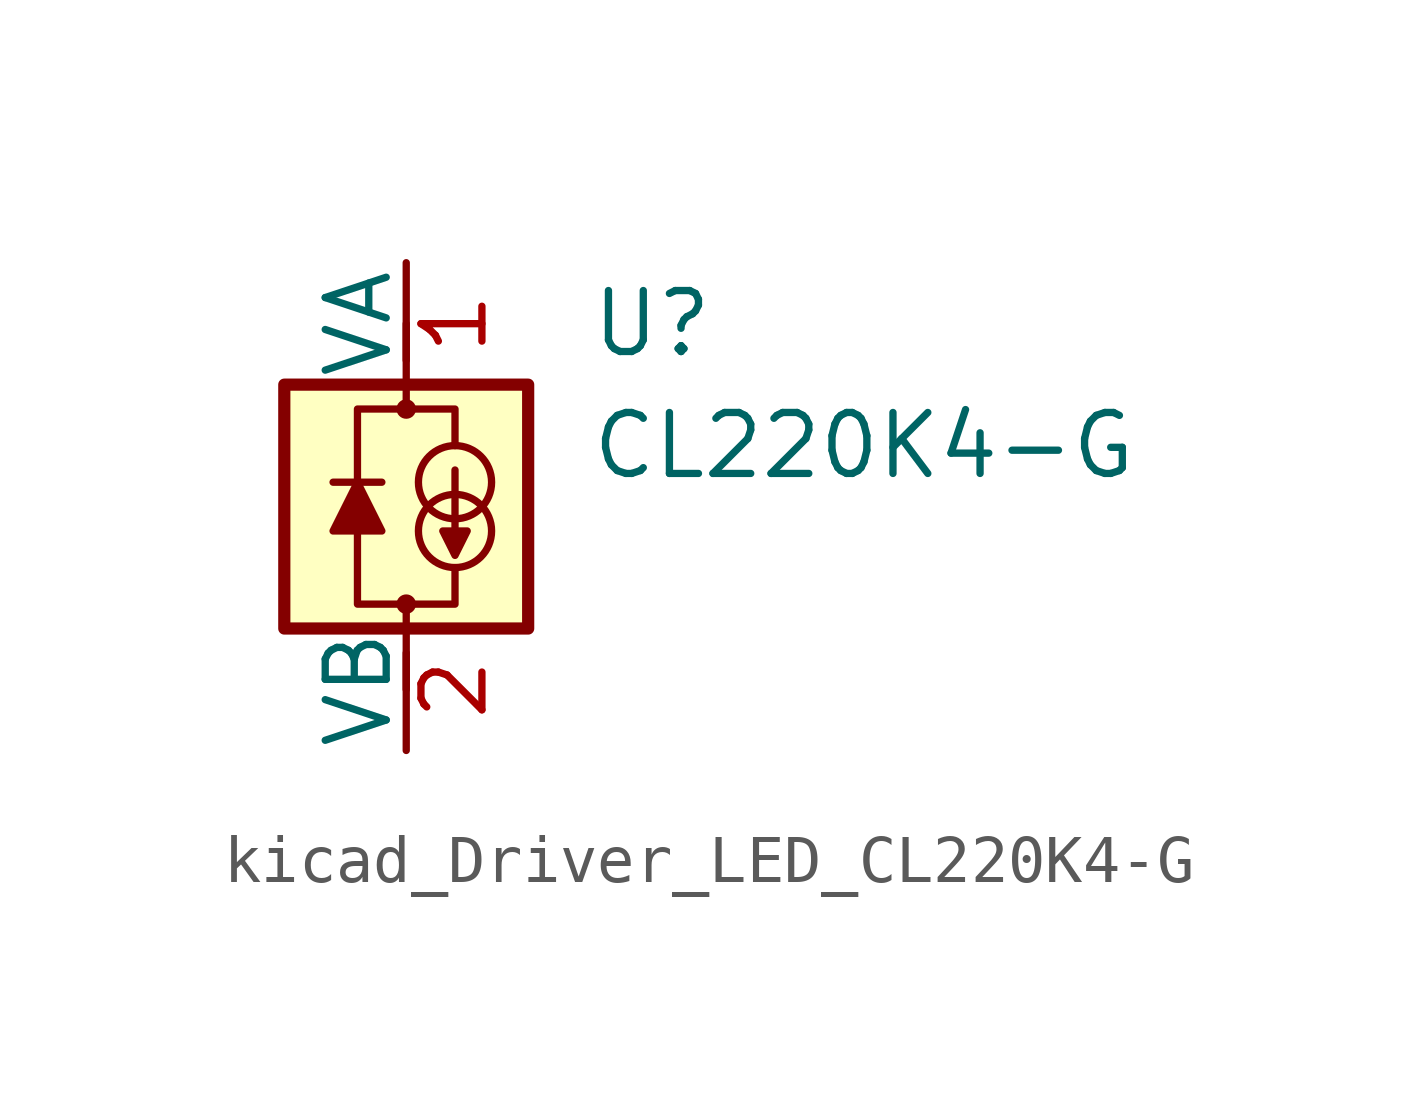
<source format=kicad_sym>
(kicad_symbol_lib
  (version 20220914)
  (generator kicad_symbol_editor)
  (symbol "kicad_Driver_LED_CL220K4-G"
    (pin_names
      (offset 0))
    (property "Reference" "U"
      (at 3.81 3.81 0)
      (effects (font (size 1.27 1.27)) (justify left)))
    (property "Value" "CL220K4-G"
      (at 3.81 1.27 0)
      (effects (font (size 1.27 1.27)) (justify left)))
    (symbol "kicad_Driver_LED_CL220K4-G_0_1"
      (rectangle (start -2.54 2.54) (end 2.54 -2.54) (stroke (width 0.254) (type default)) (fill (type background)))
      (circle (center 0 -2.032) (radius 0.127) (stroke (width 0) (type default)) (fill (type none)))
      (polyline (pts (xy -1.524 0.508) (xy -0.508 0.508)) (stroke (width 0) (type default)) (fill (type none)))
      (polyline (pts (xy 0 -3.048) (xy 0 -3.81)) (stroke (width 0) (type default)) (fill (type none)))
      (polyline (pts (xy 0 -2.032) (xy 0 -2.54)) (stroke (width 0) (type default)) (fill (type none)))
      (polyline (pts (xy 0 2.032) (xy 0 2.54)) (stroke (width 0) (type default)) (fill (type none)))
      (polyline (pts (xy 0 3.048) (xy 0 3.81)) (stroke (width 0) (type default)) (fill (type none)))
      (polyline (pts (xy -1.016 -0.508) (xy -1.016 -2.032) (xy 1.016 -2.032) (xy 1.016 -1.27)) (stroke (width 0) (type default)) (fill (type none)))
      (polyline (pts (xy -1.016 0.508) (xy -1.524 -0.508) (xy -0.508 -0.508) (xy -1.016 0.508)) (stroke (width 0) (type default)) (fill (type outline)))
      (polyline (pts (xy 1.016 1.27) (xy 1.016 2.032) (xy -1.016 2.032) (xy -1.016 0.508)) (stroke (width 0) (type default)) (fill (type none)))
      (polyline (pts (xy 1.016 0.762) (xy 1.016 -1.016) (xy 0.762 -0.508) (xy 1.27 -0.508) (xy 1.016 -1.016)) (stroke (width 0) (type default)) (fill (type outline)))
      (circle (center 0 2.032) (radius 0.127) (stroke (width 0) (type default)) (fill (type none)))
      (circle (center 1.016 -0.508) (radius 0.762) (stroke (width 0) (type default)) (fill (type none)))
      (circle (center 1.016 0.508) (radius 0.762) (stroke (width 0) (type default)) (fill (type none))))
    (symbol "kicad_Driver_LED_CL220K4-G_1_1"
      (pin input line (at 0 5.08 270) (length 2.54) (name "VA" (effects (font (size 1.27 1.27)))) (number "1" (effects (font (size 1.27 1.27)))))
      (pin input line (at 0 -5.08 90) (length 2.54) (name "VB" (effects (font (size 1.27 1.27)))) (number "2" (effects (font (size 1.27 1.27)))))
      (pin no_connect line (at 0 -2.54 90) (length 2.54) hide (name "NC" (effects (font (size 1.27 1.27)))) (number "3" (effects (font (size 1.27 1.27))))))))
</source>
